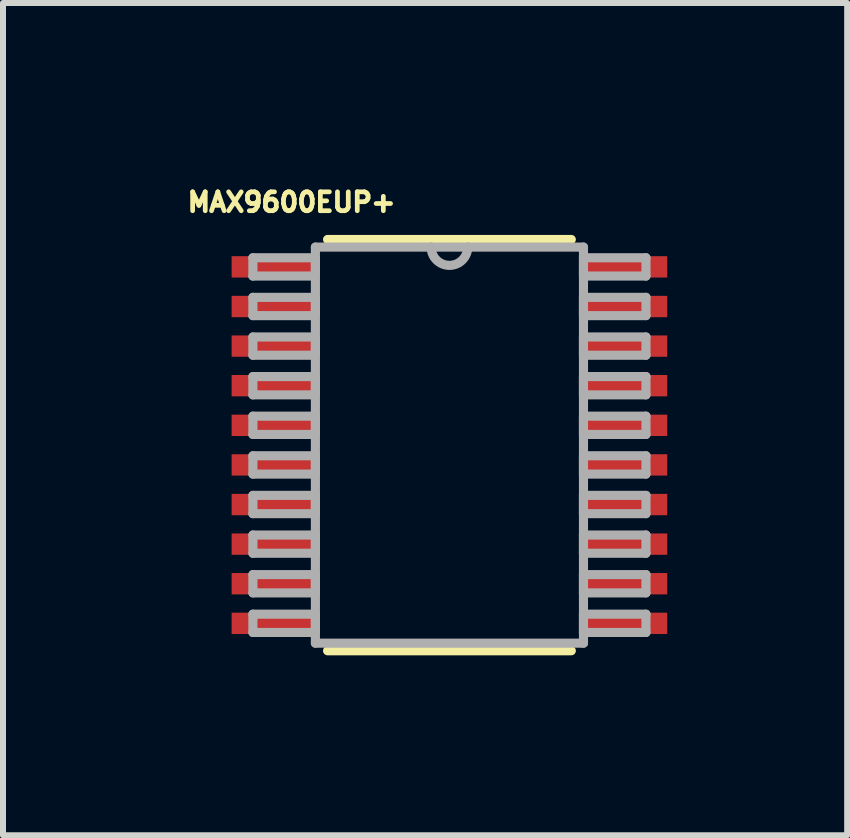
<source format=kicad_pcb>
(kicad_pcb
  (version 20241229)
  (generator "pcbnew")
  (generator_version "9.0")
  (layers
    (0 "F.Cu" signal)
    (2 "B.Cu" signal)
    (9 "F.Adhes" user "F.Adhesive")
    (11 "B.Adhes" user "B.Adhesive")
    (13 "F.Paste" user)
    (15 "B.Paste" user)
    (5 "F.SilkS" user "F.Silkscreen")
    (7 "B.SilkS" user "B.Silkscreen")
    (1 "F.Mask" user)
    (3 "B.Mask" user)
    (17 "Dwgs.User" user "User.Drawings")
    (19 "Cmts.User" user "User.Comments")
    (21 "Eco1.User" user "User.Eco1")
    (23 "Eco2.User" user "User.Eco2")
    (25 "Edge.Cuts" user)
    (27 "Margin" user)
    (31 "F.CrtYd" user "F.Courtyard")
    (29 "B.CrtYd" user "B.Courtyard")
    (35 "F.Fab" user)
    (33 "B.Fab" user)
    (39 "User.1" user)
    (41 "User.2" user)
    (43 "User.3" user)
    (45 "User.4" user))
  (footprint "MAX9600EUP+"
    (layer "F.Cu")
    (at 4.444 4.372)
    (property "Reference" "MAX9600EUP+" (at -2.632 -4.05 0) (layer "F.SilkS") (effects (font (size 0.315 0.315) (thickness 0.15))))
    (attr smd)
    (fp_line (start -2.032 3.429) (end 2.032 3.429) (stroke (width 0.152) (type solid)) (layer "F.SilkS"))
    (fp_line (start 2.032 -3.429) (end -2.032 -3.429) (stroke (width 0.152) (type solid)) (layer "F.SilkS"))
    (fp_line (start -3.277 -3.124) (end -3.277 -2.819) (stroke (width 0.152) (type solid)) (layer "F.Fab"))
    (fp_line (start -3.277 -2.819) (end -2.235 -2.819) (stroke (width 0.152) (type solid)) (layer "F.Fab"))
    (fp_line (start -3.277 -2.464) (end -3.277 -2.159) (stroke (width 0.152) (type solid)) (layer "F.Fab"))
    (fp_line (start -3.277 -2.159) (end -2.235 -2.159) (stroke (width 0.152) (type solid)) (layer "F.Fab"))
    (fp_line (start -3.277 -1.803) (end -3.277 -1.499) (stroke (width 0.152) (type solid)) (layer "F.Fab"))
    (fp_line (start -3.277 -1.499) (end -2.235 -1.499) (stroke (width 0.152) (type solid)) (layer "F.Fab"))
    (fp_line (start -3.277 -1.143) (end -3.277 -0.838) (stroke (width 0.152) (type solid)) (layer "F.Fab"))
    (fp_line (start -3.277 -0.838) (end -2.235 -0.838) (stroke (width 0.152) (type solid)) (layer "F.Fab"))
    (fp_line (start -3.277 -0.483) (end -3.277 -0.178) (stroke (width 0.152) (type solid)) (layer "F.Fab"))
    (fp_line (start -3.277 -0.178) (end -2.235 -0.178) (stroke (width 0.152) (type solid)) (layer "F.Fab"))
    (fp_line (start -3.277 0.178) (end -3.277 0.483) (stroke (width 0.152) (type solid)) (layer "F.Fab"))
    (fp_line (start -3.277 0.483) (end -2.235 0.483) (stroke (width 0.152) (type solid)) (layer "F.Fab"))
    (fp_line (start -3.277 0.838) (end -3.277 1.143) (stroke (width 0.152) (type solid)) (layer "F.Fab"))
    (fp_line (start -3.277 1.143) (end -2.235 1.143) (stroke (width 0.152) (type solid)) (layer "F.Fab"))
    (fp_line (start -3.277 1.499) (end -3.277 1.803) (stroke (width 0.152) (type solid)) (layer "F.Fab"))
    (fp_line (start -3.277 1.803) (end -2.235 1.803) (stroke (width 0.152) (type solid)) (layer "F.Fab"))
    (fp_line (start -3.277 2.159) (end -3.277 2.464) (stroke (width 0.152) (type solid)) (layer "F.Fab"))
    (fp_line (start -3.277 2.464) (end -2.235 2.464) (stroke (width 0.152) (type solid)) (layer "F.Fab"))
    (fp_line (start -3.277 2.819) (end -3.277 3.124) (stroke (width 0.152) (type solid)) (layer "F.Fab"))
    (fp_line (start -3.277 3.124) (end -2.235 3.124) (stroke (width 0.152) (type solid)) (layer "F.Fab"))
    (fp_line (start -2.235 -3.302) (end -2.235 3.302) (stroke (width 0.152) (type solid)) (layer "F.Fab"))
    (fp_line (start -2.235 -3.124) (end -3.277 -3.124) (stroke (width 0.152) (type solid)) (layer "F.Fab"))
    (fp_line (start -2.235 -2.819) (end -2.235 -3.124) (stroke (width 0.152) (type solid)) (layer "F.Fab"))
    (fp_line (start -2.235 -2.464) (end -3.277 -2.464) (stroke (width 0.152) (type solid)) (layer "F.Fab"))
    (fp_line (start -2.235 -2.159) (end -2.235 -2.464) (stroke (width 0.152) (type solid)) (layer "F.Fab"))
    (fp_line (start -2.235 -1.803) (end -3.277 -1.803) (stroke (width 0.152) (type solid)) (layer "F.Fab"))
    (fp_line (start -2.235 -1.499) (end -2.235 -1.803) (stroke (width 0.152) (type solid)) (layer "F.Fab"))
    (fp_line (start -2.235 -1.143) (end -3.277 -1.143) (stroke (width 0.152) (type solid)) (layer "F.Fab"))
    (fp_line (start -2.235 -0.838) (end -2.235 -1.143) (stroke (width 0.152) (type solid)) (layer "F.Fab"))
    (fp_line (start -2.235 -0.483) (end -3.277 -0.483) (stroke (width 0.152) (type solid)) (layer "F.Fab"))
    (fp_line (start -2.235 -0.178) (end -2.235 -0.483) (stroke (width 0.152) (type solid)) (layer "F.Fab"))
    (fp_line (start -2.235 0.178) (end -3.277 0.178) (stroke (width 0.152) (type solid)) (layer "F.Fab"))
    (fp_line (start -2.235 0.483) (end -2.235 0.178) (stroke (width 0.152) (type solid)) (layer "F.Fab"))
    (fp_line (start -2.235 0.838) (end -3.277 0.838) (stroke (width 0.152) (type solid)) (layer "F.Fab"))
    (fp_line (start -2.235 1.143) (end -2.235 0.838) (stroke (width 0.152) (type solid)) (layer "F.Fab"))
    (fp_line (start -2.235 1.499) (end -3.277 1.499) (stroke (width 0.152) (type solid)) (layer "F.Fab"))
    (fp_line (start -2.235 1.803) (end -2.235 1.499) (stroke (width 0.152) (type solid)) (layer "F.Fab"))
    (fp_line (start -2.235 2.159) (end -3.277 2.159) (stroke (width 0.152) (type solid)) (layer "F.Fab"))
    (fp_line (start -2.235 2.464) (end -2.235 2.159) (stroke (width 0.152) (type solid)) (layer "F.Fab"))
    (fp_line (start -2.235 2.819) (end -3.277 2.819) (stroke (width 0.152) (type solid)) (layer "F.Fab"))
    (fp_line (start -2.235 3.124) (end -2.235 2.819) (stroke (width 0.152) (type solid)) (layer "F.Fab"))
    (fp_line (start -2.235 3.302) (end 2.235 3.302) (stroke (width 0.152) (type solid)) (layer "F.Fab"))
    (fp_line (start -0.305 -3.302) (end -2.235 -3.302) (stroke (width 0.152) (type solid)) (layer "F.Fab"))
    (fp_line (start 0.305 -3.302) (end -0.305 -3.302) (stroke (width 0.152) (type solid)) (layer "F.Fab"))
    (fp_line (start 2.235 -3.302) (end 0.305 -3.302) (stroke (width 0.152) (type solid)) (layer "F.Fab"))
    (fp_line (start 2.235 -3.124) (end 2.235 -2.819) (stroke (width 0.152) (type solid)) (layer "F.Fab"))
    (fp_line (start 2.235 -2.819) (end 3.277 -2.819) (stroke (width 0.152) (type solid)) (layer "F.Fab"))
    (fp_line (start 2.235 -2.464) (end 2.235 -2.159) (stroke (width 0.152) (type solid)) (layer "F.Fab"))
    (fp_line (start 2.235 -2.159) (end 3.277 -2.159) (stroke (width 0.152) (type solid)) (layer "F.Fab"))
    (fp_line (start 2.235 -1.803) (end 2.235 -1.499) (stroke (width 0.152) (type solid)) (layer "F.Fab"))
    (fp_line (start 2.235 -1.499) (end 3.277 -1.499) (stroke (width 0.152) (type solid)) (layer "F.Fab"))
    (fp_line (start 2.235 -1.143) (end 2.235 -0.838) (stroke (width 0.152) (type solid)) (layer "F.Fab"))
    (fp_line (start 2.235 -0.838) (end 3.277 -0.838) (stroke (width 0.152) (type solid)) (layer "F.Fab"))
    (fp_line (start 2.235 -0.483) (end 2.235 -0.178) (stroke (width 0.152) (type solid)) (layer "F.Fab"))
    (fp_line (start 2.235 -0.178) (end 3.277 -0.178) (stroke (width 0.152) (type solid)) (layer "F.Fab"))
    (fp_line (start 2.235 0.178) (end 2.235 0.483) (stroke (width 0.152) (type solid)) (layer "F.Fab"))
    (fp_line (start 2.235 0.483) (end 3.277 0.483) (stroke (width 0.152) (type solid)) (layer "F.Fab"))
    (fp_line (start 2.235 0.838) (end 2.235 1.143) (stroke (width 0.152) (type solid)) (layer "F.Fab"))
    (fp_line (start 2.235 1.143) (end 3.277 1.143) (stroke (width 0.152) (type solid)) (layer "F.Fab"))
    (fp_line (start 2.235 1.499) (end 2.235 1.803) (stroke (width 0.152) (type solid)) (layer "F.Fab"))
    (fp_line (start 2.235 1.803) (end 3.277 1.803) (stroke (width 0.152) (type solid)) (layer "F.Fab"))
    (fp_line (start 2.235 2.159) (end 2.235 2.464) (stroke (width 0.152) (type solid)) (layer "F.Fab"))
    (fp_line (start 2.235 2.464) (end 3.277 2.464) (stroke (width 0.152) (type solid)) (layer "F.Fab"))
    (fp_line (start 2.235 2.819) (end 2.235 3.124) (stroke (width 0.152) (type solid)) (layer "F.Fab"))
    (fp_line (start 2.235 3.124) (end 3.277 3.124) (stroke (width 0.152) (type solid)) (layer "F.Fab"))
    (fp_line (start 2.235 3.302) (end 2.235 -3.302) (stroke (width 0.152) (type solid)) (layer "F.Fab"))
    (fp_line (start 3.277 -3.124) (end 2.235 -3.124) (stroke (width 0.152) (type solid)) (layer "F.Fab"))
    (fp_line (start 3.277 -2.819) (end 3.277 -3.124) (stroke (width 0.152) (type solid)) (layer "F.Fab"))
    (fp_line (start 3.277 -2.464) (end 2.235 -2.464) (stroke (width 0.152) (type solid)) (layer "F.Fab"))
    (fp_line (start 3.277 -2.159) (end 3.277 -2.464) (stroke (width 0.152) (type solid)) (layer "F.Fab"))
    (fp_line (start 3.277 -1.803) (end 2.235 -1.803) (stroke (width 0.152) (type solid)) (layer "F.Fab"))
    (fp_line (start 3.277 -1.499) (end 3.277 -1.803) (stroke (width 0.152) (type solid)) (layer "F.Fab"))
    (fp_line (start 3.277 -1.143) (end 2.235 -1.143) (stroke (width 0.152) (type solid)) (layer "F.Fab"))
    (fp_line (start 3.277 -0.838) (end 3.277 -1.143) (stroke (width 0.152) (type solid)) (layer "F.Fab"))
    (fp_line (start 3.277 -0.483) (end 2.235 -0.483) (stroke (width 0.152) (type solid)) (layer "F.Fab"))
    (fp_line (start 3.277 -0.178) (end 3.277 -0.483) (stroke (width 0.152) (type solid)) (layer "F.Fab"))
    (fp_line (start 3.277 0.178) (end 2.235 0.178) (stroke (width 0.152) (type solid)) (layer "F.Fab"))
    (fp_line (start 3.277 0.483) (end 3.277 0.178) (stroke (width 0.152) (type solid)) (layer "F.Fab"))
    (fp_line (start 3.277 0.838) (end 2.235 0.838) (stroke (width 0.152) (type solid)) (layer "F.Fab"))
    (fp_line (start 3.277 1.143) (end 3.277 0.838) (stroke (width 0.152) (type solid)) (layer "F.Fab"))
    (fp_line (start 3.277 1.499) (end 2.235 1.499) (stroke (width 0.152) (type solid)) (layer "F.Fab"))
    (fp_line (start 3.277 1.803) (end 3.277 1.499) (stroke (width 0.152) (type solid)) (layer "F.Fab"))
    (fp_line (start 3.277 2.159) (end 2.235 2.159) (stroke (width 0.152) (type solid)) (layer "F.Fab"))
    (fp_line (start 3.277 2.464) (end 3.277 2.159) (stroke (width 0.152) (type solid)) (layer "F.Fab"))
    (fp_line (start 3.277 2.819) (end 2.235 2.819) (stroke (width 0.152) (type solid)) (layer "F.Fab"))
    (fp_line (start 3.277 3.124) (end 3.277 2.819) (stroke (width 0.152) (type solid)) (layer "F.Fab"))
    (fp_arc (start 0.3048 -3.302) (mid 0 -2.9972) (end -0.3048 -3.302) (stroke (width 0.1524) (type solid)) (layer "F.Fab"))
    (pad "1" smd rect (at -2.921 -2.972) (size 1.422 0.356) (layers "F.Cu" "F.Mask" "F.Paste"))
    (pad "2" smd rect (at -2.921 -2.311) (size 1.422 0.356) (layers "F.Cu" "F.Mask" "F.Paste"))
    (pad "3" smd rect (at -2.921 -1.651) (size 1.422 0.356) (layers "F.Cu" "F.Mask" "F.Paste"))
    (pad "4" smd rect (at -2.921 -0.991) (size 1.422 0.356) (layers "F.Cu" "F.Mask" "F.Paste"))
    (pad "5" smd rect (at -2.921 -0.33) (size 1.422 0.356) (layers "F.Cu" "F.Mask" "F.Paste"))
    (pad "6" smd rect (at -2.921 0.33) (size 1.422 0.356) (layers "F.Cu" "F.Mask" "F.Paste"))
    (pad "7" smd rect (at -2.921 0.991) (size 1.422 0.356) (layers "F.Cu" "F.Mask" "F.Paste"))
    (pad "8" smd rect (at -2.921 1.651) (size 1.422 0.356) (layers "F.Cu" "F.Mask" "F.Paste"))
    (pad "9" smd rect (at -2.921 2.311) (size 1.422 0.356) (layers "F.Cu" "F.Mask" "F.Paste"))
    (pad "10" smd rect (at -2.921 2.972) (size 1.422 0.356) (layers "F.Cu" "F.Mask" "F.Paste"))
    (pad "11" smd rect (at 2.921 2.972) (size 1.422 0.356) (layers "F.Cu" "F.Mask" "F.Paste"))
    (pad "12" smd rect (at 2.921 2.311) (size 1.422 0.356) (layers "F.Cu" "F.Mask" "F.Paste"))
    (pad "13" smd rect (at 2.921 1.651) (size 1.422 0.356) (layers "F.Cu" "F.Mask" "F.Paste"))
    (pad "14" smd rect (at 2.921 0.991) (size 1.422 0.356) (layers "F.Cu" "F.Mask" "F.Paste"))
    (pad "15" smd rect (at 2.921 0.33) (size 1.422 0.356) (layers "F.Cu" "F.Mask" "F.Paste"))
    (pad "16" smd rect (at 2.921 -0.33) (size 1.422 0.356) (layers "F.Cu" "F.Mask" "F.Paste"))
    (pad "17" smd rect (at 2.921 -0.991) (size 1.422 0.356) (layers "F.Cu" "F.Mask" "F.Paste"))
    (pad "18" smd rect (at 2.921 -1.651) (size 1.422 0.356) (layers "F.Cu" "F.Mask" "F.Paste"))
    (pad "19" smd rect (at 2.921 -2.311) (size 1.422 0.356) (layers "F.Cu" "F.Mask" "F.Paste"))
    (pad "20" smd rect (at 2.921 -2.972) (size 1.422 0.356) (layers "F.Cu" "F.Mask" "F.Paste")))
  (gr_rect
    (start -3 -3)
    (end 11.076 10.877)
    (stroke (width 0.1) (type default))
    (fill no)
    (layer "Edge.Cuts")))
</source>
